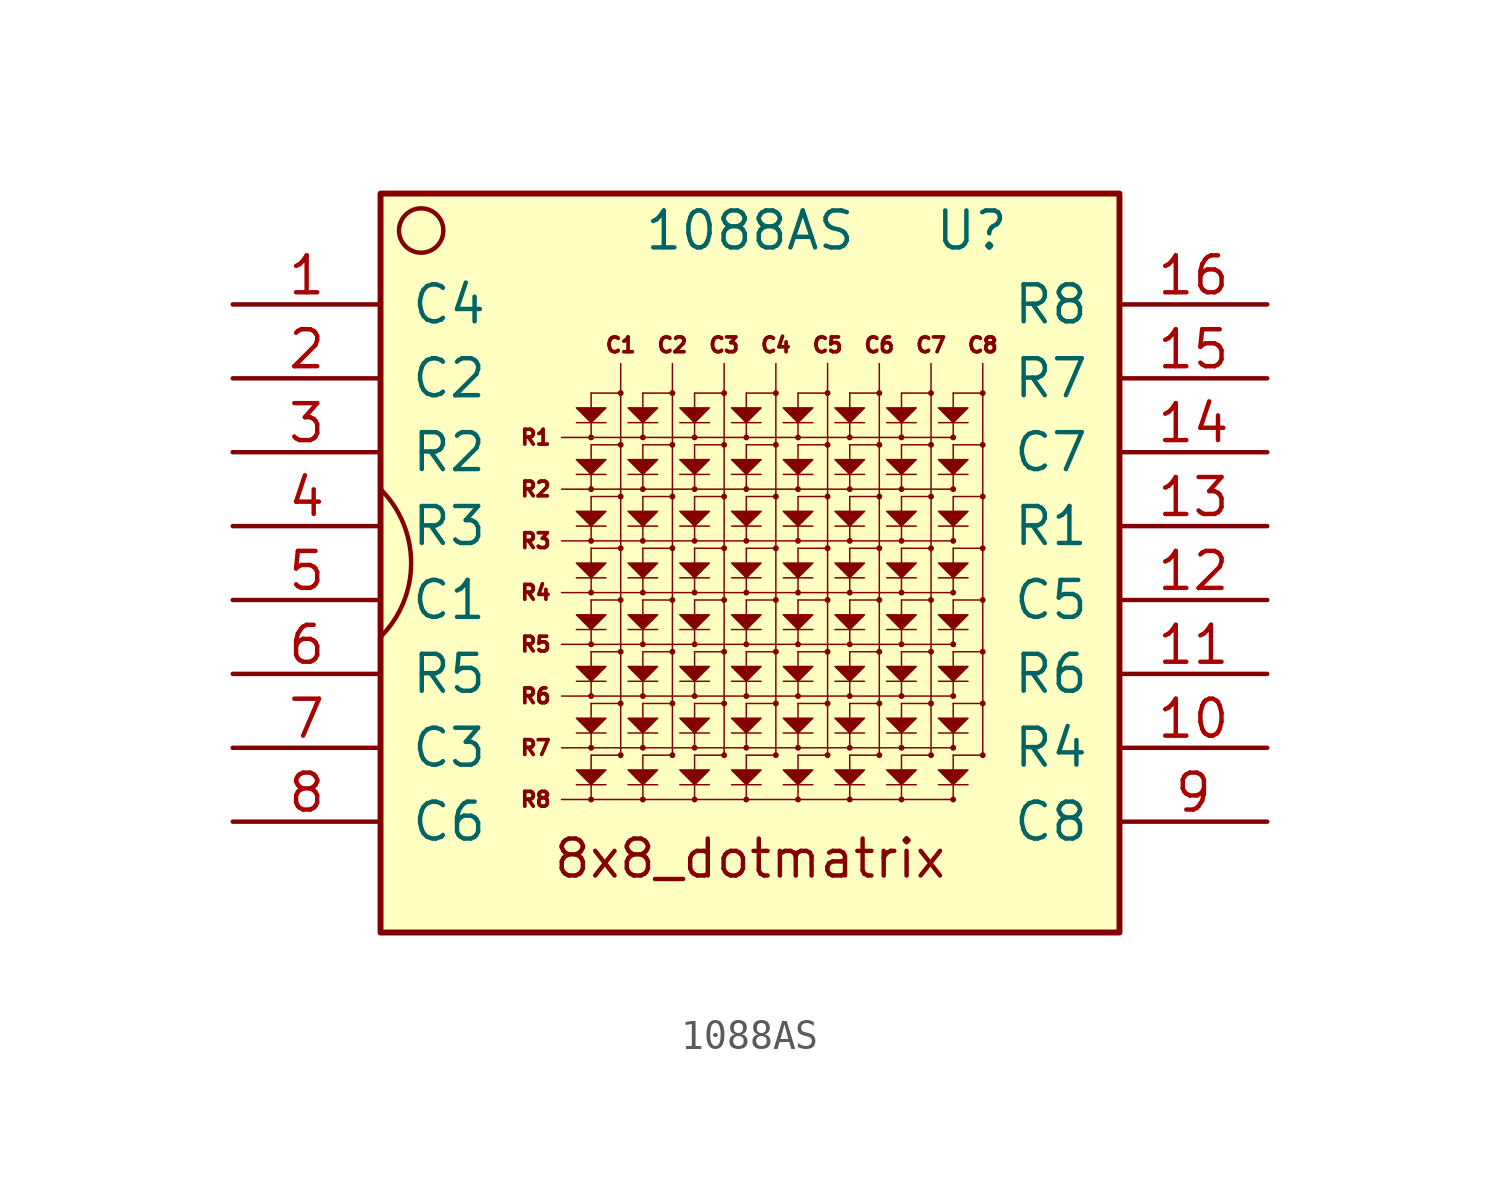
<source format=kicad_sym>
(kicad_symbol_lib
  (version 20220914)
  (generator kicad_symbol_editor)
  (symbol "1088AS"
    (pin_names
      (offset 1.016))
    (property "Reference" "U"
      (at 7.62 11.43 0)
      (effects (font (size 1.27 1.27))))
    (property "Value" "1088AS"
      (at 0 11.43 0)
      (effects (font (size 1.27 1.27))))
    (symbol "1088AS_0_0"
      (rectangle (start -12.7 12.7) (end 12.7 -12.7) (stroke (width 0.203) (type solid)) (fill (type background)))
      (text "8x8_dotmatrix" (at 0 -10.16 0) (effects (font (size 1.27 1.27)))))
    (symbol "1088AS_0_1"
      (arc (start -12.7 -2.54) (mid -11.6479 0) (end -12.7 2.54) (stroke (width 0) (type solid)) (fill (type none)))
      (circle (center -11.303 11.43) (radius 0.762) (stroke (width 0) (type solid)) (fill (type none))))
    (symbol "1088AS_1_1"
      (circle (center -5.461 -8.128) (radius 0.076) (stroke (width 0.051) (type solid)) (fill (type outline)))
      (circle (center -5.461 -6.35) (radius 0.076) (stroke (width 0.051) (type solid)) (fill (type outline)))
      (circle (center -5.461 -4.572) (radius 0.076) (stroke (width 0.051) (type solid)) (fill (type outline)))
      (circle (center -5.461 -2.794) (radius 0.076) (stroke (width 0.051) (type solid)) (fill (type outline)))
      (circle (center -5.461 -1.016) (radius 0.076) (stroke (width 0.051) (type solid)) (fill (type outline)))
      (circle (center -5.461 0.762) (radius 0.076) (stroke (width 0.051) (type solid)) (fill (type outline)))
      (circle (center -5.461 2.54) (radius 0.076) (stroke (width 0.051) (type solid)) (fill (type outline)))
      (circle (center -5.461 4.318) (radius 0.076) (stroke (width 0.051) (type solid)) (fill (type outline)))
      (circle (center -4.445 -6.604) (radius 0.076) (stroke (width 0.051) (type solid)) (fill (type outline)))
      (circle (center -4.445 -4.826) (radius 0.076) (stroke (width 0.051) (type solid)) (fill (type outline)))
      (circle (center -4.445 -3.048) (radius 0.076) (stroke (width 0.051) (type solid)) (fill (type outline)))
      (circle (center -4.445 -1.27) (radius 0.076) (stroke (width 0.051) (type solid)) (fill (type outline)))
      (circle (center -4.445 0.508) (radius 0.076) (stroke (width 0.051) (type solid)) (fill (type outline)))
      (circle (center -4.445 2.286) (radius 0.076) (stroke (width 0.051) (type solid)) (fill (type outline)))
      (circle (center -4.445 4.064) (radius 0.076) (stroke (width 0.051) (type solid)) (fill (type outline)))
      (circle (center -4.445 5.842) (radius 0.076) (stroke (width 0.051) (type solid)) (fill (type outline)))
      (circle (center -3.683 -8.128) (radius 0.076) (stroke (width 0.051) (type solid)) (fill (type outline)))
      (circle (center -3.683 -6.35) (radius 0.076) (stroke (width 0.051) (type solid)) (fill (type outline)))
      (circle (center -3.683 -4.572) (radius 0.076) (stroke (width 0.051) (type solid)) (fill (type outline)))
      (circle (center -3.683 -2.794) (radius 0.076) (stroke (width 0.051) (type solid)) (fill (type outline)))
      (circle (center -3.683 -1.016) (radius 0.076) (stroke (width 0.051) (type solid)) (fill (type outline)))
      (circle (center -3.683 0.762) (radius 0.076) (stroke (width 0.051) (type solid)) (fill (type outline)))
      (circle (center -3.683 2.54) (radius 0.076) (stroke (width 0.051) (type solid)) (fill (type outline)))
      (circle (center -3.683 4.318) (radius 0.076) (stroke (width 0.051) (type solid)) (fill (type outline)))
      (circle (center -2.667 -6.604) (radius 0.076) (stroke (width 0.051) (type solid)) (fill (type outline)))
      (circle (center -2.667 -4.826) (radius 0.076) (stroke (width 0.051) (type solid)) (fill (type outline)))
      (circle (center -2.667 -3.048) (radius 0.076) (stroke (width 0.051) (type solid)) (fill (type outline)))
      (circle (center -2.667 -1.27) (radius 0.076) (stroke (width 0.051) (type solid)) (fill (type outline)))
      (circle (center -2.667 0.508) (radius 0.076) (stroke (width 0.051) (type solid)) (fill (type outline)))
      (circle (center -2.667 2.286) (radius 0.076) (stroke (width 0.051) (type solid)) (fill (type outline)))
      (circle (center -2.667 4.064) (radius 0.076) (stroke (width 0.051) (type solid)) (fill (type outline)))
      (circle (center -2.667 5.842) (radius 0.076) (stroke (width 0.051) (type solid)) (fill (type outline)))
      (circle (center -1.905 -8.128) (radius 0.076) (stroke (width 0.051) (type solid)) (fill (type outline)))
      (circle (center -1.905 -6.35) (radius 0.076) (stroke (width 0.051) (type solid)) (fill (type outline)))
      (circle (center -1.905 -4.572) (radius 0.076) (stroke (width 0.051) (type solid)) (fill (type outline)))
      (circle (center -1.905 -2.794) (radius 0.076) (stroke (width 0.051) (type solid)) (fill (type outline)))
      (circle (center -1.905 -1.016) (radius 0.076) (stroke (width 0.051) (type solid)) (fill (type outline)))
      (circle (center -1.905 0.762) (radius 0.076) (stroke (width 0.051) (type solid)) (fill (type outline)))
      (circle (center -1.905 2.54) (radius 0.076) (stroke (width 0.051) (type solid)) (fill (type outline)))
      (circle (center -1.905 4.318) (radius 0.076) (stroke (width 0.051) (type solid)) (fill (type outline)))
      (circle (center -0.889 -6.604) (radius 0.076) (stroke (width 0.051) (type solid)) (fill (type outline)))
      (circle (center -0.889 -4.826) (radius 0.076) (stroke (width 0.051) (type solid)) (fill (type outline)))
      (circle (center -0.889 -3.048) (radius 0.076) (stroke (width 0.051) (type solid)) (fill (type outline)))
      (circle (center -0.889 -1.27) (radius 0.076) (stroke (width 0.051) (type solid)) (fill (type outline)))
      (circle (center -0.889 0.508) (radius 0.076) (stroke (width 0.051) (type solid)) (fill (type outline)))
      (circle (center -0.889 2.286) (radius 0.076) (stroke (width 0.051) (type solid)) (fill (type outline)))
      (circle (center -0.889 4.064) (radius 0.076) (stroke (width 0.051) (type solid)) (fill (type outline)))
      (circle (center -0.889 5.842) (radius 0.076) (stroke (width 0.051) (type solid)) (fill (type outline)))
      (circle (center -0.127 -8.128) (radius 0.076) (stroke (width 0.051) (type solid)) (fill (type outline)))
      (circle (center -0.127 -6.35) (radius 0.076) (stroke (width 0.051) (type solid)) (fill (type outline)))
      (circle (center -0.127 -4.572) (radius 0.076) (stroke (width 0.051) (type solid)) (fill (type outline)))
      (circle (center -0.127 -2.794) (radius 0.076) (stroke (width 0.051) (type solid)) (fill (type outline)))
      (circle (center -0.127 -1.016) (radius 0.076) (stroke (width 0.051) (type solid)) (fill (type outline)))
      (circle (center -0.127 0.762) (radius 0.076) (stroke (width 0.051) (type solid)) (fill (type outline)))
      (circle (center -0.127 2.54) (radius 0.076) (stroke (width 0.051) (type solid)) (fill (type outline)))
      (circle (center -0.127 4.318) (radius 0.076) (stroke (width 0.051) (type solid)) (fill (type outline)))
      (polyline (pts (xy -6.477 -4.572) (xy 6.985 -4.572)) (stroke (width 0.051) (type solid)) (fill (type none)))
      (polyline (pts (xy -5.461 -7.62) (xy -5.461 -8.128)) (stroke (width 0.051) (type solid)) (fill (type none)))
      (polyline (pts (xy -5.461 -7.112) (xy -5.461 -6.604)) (stroke (width 0.051) (type solid)) (fill (type none)))
      (polyline (pts (xy -5.461 -6.604) (xy -4.445 -6.604)) (stroke (width 0.051) (type solid)) (fill (type none)))
      (polyline (pts (xy -5.461 -5.842) (xy -5.461 -6.35)) (stroke (width 0.051) (type solid)) (fill (type none)))
      (polyline (pts (xy -5.461 -5.334) (xy -5.461 -4.826)) (stroke (width 0.051) (type solid)) (fill (type none)))
      (polyline (pts (xy -5.461 -4.826) (xy -4.445 -4.826)) (stroke (width 0.051) (type solid)) (fill (type none)))
      (polyline (pts (xy -5.461 -4.064) (xy -5.461 -4.572)) (stroke (width 0.051) (type solid)) (fill (type none)))
      (polyline (pts (xy -5.461 -3.556) (xy -5.461 -3.048)) (stroke (width 0.051) (type solid)) (fill (type none)))
      (polyline (pts (xy -5.461 -3.048) (xy -4.445 -3.048)) (stroke (width 0.051) (type solid)) (fill (type none)))
      (polyline (pts (xy -5.461 -2.286) (xy -5.461 -2.794)) (stroke (width 0.051) (type solid)) (fill (type none)))
      (polyline (pts (xy -5.461 -1.778) (xy -5.461 -1.27)) (stroke (width 0.051) (type solid)) (fill (type none)))
      (polyline (pts (xy -5.461 -1.27) (xy -4.445 -1.27)) (stroke (width 0.051) (type solid)) (fill (type none)))
      (polyline (pts (xy -5.461 -0.508) (xy -5.461 -1.016)) (stroke (width 0.051) (type solid)) (fill (type none)))
      (polyline (pts (xy -5.461 0) (xy -5.461 0.508)) (stroke (width 0.051) (type solid)) (fill (type none)))
      (polyline (pts (xy -5.461 0.508) (xy -4.445 0.508)) (stroke (width 0.051) (type solid)) (fill (type none)))
      (polyline (pts (xy -5.461 1.27) (xy -5.461 0.762)) (stroke (width 0.051) (type solid)) (fill (type none)))
      (polyline (pts (xy -5.461 1.778) (xy -5.461 2.286)) (stroke (width 0.051) (type solid)) (fill (type none)))
      (polyline (pts (xy -5.461 2.286) (xy -4.445 2.286)) (stroke (width 0.051) (type solid)) (fill (type none)))
      (polyline (pts (xy -5.461 3.048) (xy -5.461 2.54)) (stroke (width 0.051) (type solid)) (fill (type none)))
      (polyline (pts (xy -5.461 3.556) (xy -5.461 4.064)) (stroke (width 0.051) (type solid)) (fill (type none)))
      (polyline (pts (xy -5.461 4.064) (xy -4.445 4.064)) (stroke (width 0.051) (type solid)) (fill (type none)))
      (polyline (pts (xy -5.461 4.826) (xy -5.461 4.318)) (stroke (width 0.051) (type solid)) (fill (type none)))
      (polyline (pts (xy -5.461 5.334) (xy -5.461 5.842)) (stroke (width 0.051) (type solid)) (fill (type none)))
      (polyline (pts (xy -5.461 5.842) (xy -4.445 5.842)) (stroke (width 0.051) (type solid)) (fill (type none)))
      (polyline (pts (xy -4.953 -7.62) (xy -5.969 -7.62)) (stroke (width 0.051) (type solid)) (fill (type none)))
      (polyline (pts (xy -4.953 -5.842) (xy -5.969 -5.842)) (stroke (width 0.051) (type solid)) (fill (type none)))
      (polyline (pts (xy -4.953 -4.064) (xy -5.969 -4.064)) (stroke (width 0.051) (type solid)) (fill (type none)))
      (polyline (pts (xy -4.953 -2.286) (xy -5.969 -2.286)) (stroke (width 0.051) (type solid)) (fill (type none)))
      (polyline (pts (xy -4.953 -0.508) (xy -5.969 -0.508)) (stroke (width 0.051) (type solid)) (fill (type none)))
      (polyline (pts (xy -4.953 1.27) (xy -5.969 1.27)) (stroke (width 0.051) (type solid)) (fill (type none)))
      (polyline (pts (xy -4.953 3.048) (xy -5.969 3.048)) (stroke (width 0.051) (type solid)) (fill (type none)))
      (polyline (pts (xy -4.953 4.826) (xy -5.969 4.826)) (stroke (width 0.051) (type solid)) (fill (type none)))
      (polyline (pts (xy -4.445 6.858) (xy -4.445 -6.604)) (stroke (width 0.051) (type solid)) (fill (type none)))
      (polyline (pts (xy -3.683 -7.62) (xy -3.683 -8.128)) (stroke (width 0.051) (type solid)) (fill (type none)))
      (polyline (pts (xy -3.683 -7.112) (xy -3.683 -6.604)) (stroke (width 0.051) (type solid)) (fill (type none)))
      (polyline (pts (xy -3.683 -6.604) (xy -2.667 -6.604)) (stroke (width 0.051) (type solid)) (fill (type none)))
      (polyline (pts (xy -3.683 -5.842) (xy -3.683 -6.35)) (stroke (width 0.051) (type solid)) (fill (type none)))
      (polyline (pts (xy -3.683 -5.334) (xy -3.683 -4.826)) (stroke (width 0.051) (type solid)) (fill (type none)))
      (polyline (pts (xy -3.683 -4.826) (xy -2.667 -4.826)) (stroke (width 0.051) (type solid)) (fill (type none)))
      (polyline (pts (xy -3.683 -4.064) (xy -3.683 -4.572)) (stroke (width 0.051) (type solid)) (fill (type none)))
      (polyline (pts (xy -3.683 -3.556) (xy -3.683 -3.048)) (stroke (width 0.051) (type solid)) (fill (type none)))
      (polyline (pts (xy -3.683 -3.048) (xy -2.667 -3.048)) (stroke (width 0.051) (type solid)) (fill (type none)))
      (polyline (pts (xy -3.683 -2.286) (xy -3.683 -2.794)) (stroke (width 0.051) (type solid)) (fill (type none)))
      (polyline (pts (xy -3.683 -1.778) (xy -3.683 -1.27)) (stroke (width 0.051) (type solid)) (fill (type none)))
      (polyline (pts (xy -3.683 -1.27) (xy -2.667 -1.27)) (stroke (width 0.051) (type solid)) (fill (type none)))
      (polyline (pts (xy -3.683 -0.508) (xy -3.683 -1.016)) (stroke (width 0.051) (type solid)) (fill (type none)))
      (polyline (pts (xy -3.683 0) (xy -3.683 0.508)) (stroke (width 0.051) (type solid)) (fill (type none)))
      (polyline (pts (xy -3.683 0.508) (xy -2.667 0.508)) (stroke (width 0.051) (type solid)) (fill (type none)))
      (polyline (pts (xy -3.683 1.27) (xy -3.683 0.762)) (stroke (width 0.051) (type solid)) (fill (type none)))
      (polyline (pts (xy -3.683 1.778) (xy -3.683 2.286)) (stroke (width 0.051) (type solid)) (fill (type none)))
      (polyline (pts (xy -3.683 2.286) (xy -2.667 2.286)) (stroke (width 0.051) (type solid)) (fill (type none)))
      (polyline (pts (xy -3.683 3.048) (xy -3.683 2.54)) (stroke (width 0.051) (type solid)) (fill (type none)))
      (polyline (pts (xy -3.683 3.556) (xy -3.683 4.064)) (stroke (width 0.051) (type solid)) (fill (type none)))
      (polyline (pts (xy -3.683 4.064) (xy -2.667 4.064)) (stroke (width 0.051) (type solid)) (fill (type none)))
      (polyline (pts (xy -3.683 4.826) (xy -3.683 4.318)) (stroke (width 0.051) (type solid)) (fill (type none)))
      (polyline (pts (xy -3.683 5.334) (xy -3.683 5.842)) (stroke (width 0.051) (type solid)) (fill (type none)))
      (polyline (pts (xy -3.683 5.842) (xy -2.667 5.842)) (stroke (width 0.051) (type solid)) (fill (type none)))
      (polyline (pts (xy -3.175 -7.62) (xy -4.191 -7.62)) (stroke (width 0.051) (type solid)) (fill (type none)))
      (polyline (pts (xy -3.175 -5.842) (xy -4.191 -5.842)) (stroke (width 0.051) (type solid)) (fill (type none)))
      (polyline (pts (xy -3.175 -4.064) (xy -4.191 -4.064)) (stroke (width 0.051) (type solid)) (fill (type none)))
      (polyline (pts (xy -3.175 -2.286) (xy -4.191 -2.286)) (stroke (width 0.051) (type solid)) (fill (type none)))
      (polyline (pts (xy -3.175 -0.508) (xy -4.191 -0.508)) (stroke (width 0.051) (type solid)) (fill (type none)))
      (polyline (pts (xy -3.175 1.27) (xy -4.191 1.27)) (stroke (width 0.051) (type solid)) (fill (type none)))
      (polyline (pts (xy -3.175 3.048) (xy -4.191 3.048)) (stroke (width 0.051) (type solid)) (fill (type none)))
      (polyline (pts (xy -3.175 4.826) (xy -4.191 4.826)) (stroke (width 0.051) (type solid)) (fill (type none)))
      (polyline (pts (xy -2.667 6.858) (xy -2.667 -6.604)) (stroke (width 0.051) (type solid)) (fill (type none)))
      (polyline (pts (xy -1.905 -7.62) (xy -1.905 -8.128)) (stroke (width 0.051) (type solid)) (fill (type none)))
      (polyline (pts (xy -1.905 -7.112) (xy -1.905 -6.604)) (stroke (width 0.051) (type solid)) (fill (type none)))
      (polyline (pts (xy -1.905 -6.604) (xy -0.889 -6.604)) (stroke (width 0.051) (type solid)) (fill (type none)))
      (polyline (pts (xy -1.905 -5.842) (xy -1.905 -6.35)) (stroke (width 0.051) (type solid)) (fill (type none)))
      (polyline (pts (xy -1.905 -5.334) (xy -1.905 -4.826)) (stroke (width 0.051) (type solid)) (fill (type none)))
      (polyline (pts (xy -1.905 -4.826) (xy -0.889 -4.826)) (stroke (width 0.051) (type solid)) (fill (type none)))
      (polyline (pts (xy -1.905 -4.064) (xy -1.905 -4.572)) (stroke (width 0.051) (type solid)) (fill (type none)))
      (polyline (pts (xy -1.905 -3.556) (xy -1.905 -3.048)) (stroke (width 0.051) (type solid)) (fill (type none)))
      (polyline (pts (xy -1.905 -3.048) (xy -0.889 -3.048)) (stroke (width 0.051) (type solid)) (fill (type none)))
      (polyline (pts (xy -1.905 -2.286) (xy -1.905 -2.794)) (stroke (width 0.051) (type solid)) (fill (type none)))
      (polyline (pts (xy -1.905 -1.778) (xy -1.905 -1.27)) (stroke (width 0.051) (type solid)) (fill (type none)))
      (polyline (pts (xy -1.905 -1.27) (xy -0.889 -1.27)) (stroke (width 0.051) (type solid)) (fill (type none)))
      (polyline (pts (xy -1.905 -0.508) (xy -1.905 -1.016)) (stroke (width 0.051) (type solid)) (fill (type none)))
      (polyline (pts (xy -1.905 0) (xy -1.905 0.508)) (stroke (width 0.051) (type solid)) (fill (type none)))
      (polyline (pts (xy -1.905 0.508) (xy -0.889 0.508)) (stroke (width 0.051) (type solid)) (fill (type none)))
      (polyline (pts (xy -1.905 1.27) (xy -1.905 0.762)) (stroke (width 0.051) (type solid)) (fill (type none)))
      (polyline (pts (xy -1.905 1.778) (xy -1.905 2.286)) (stroke (width 0.051) (type solid)) (fill (type none)))
      (polyline (pts (xy -1.905 2.286) (xy -0.889 2.286)) (stroke (width 0.051) (type solid)) (fill (type none)))
      (polyline (pts (xy -1.905 3.048) (xy -1.905 2.54)) (stroke (width 0.051) (type solid)) (fill (type none)))
      (polyline (pts (xy -1.905 3.556) (xy -1.905 4.064)) (stroke (width 0.051) (type solid)) (fill (type none)))
      (polyline (pts (xy -1.905 4.064) (xy -0.889 4.064)) (stroke (width 0.051) (type solid)) (fill (type none)))
      (polyline (pts (xy -1.905 4.826) (xy -1.905 4.318)) (stroke (width 0.051) (type solid)) (fill (type none)))
      (polyline (pts (xy -1.905 5.334) (xy -1.905 5.842)) (stroke (width 0.051) (type solid)) (fill (type none)))
      (polyline (pts (xy -1.905 5.842) (xy -0.889 5.842)) (stroke (width 0.051) (type solid)) (fill (type none)))
      (polyline (pts (xy -1.397 -7.62) (xy -2.413 -7.62)) (stroke (width 0.051) (type solid)) (fill (type none)))
      (polyline (pts (xy -1.397 -5.842) (xy -2.413 -5.842)) (stroke (width 0.051) (type solid)) (fill (type none)))
      (polyline (pts (xy -1.397 -4.064) (xy -2.413 -4.064)) (stroke (width 0.051) (type solid)) (fill (type none)))
      (polyline (pts (xy -1.397 -2.286) (xy -2.413 -2.286)) (stroke (width 0.051) (type solid)) (fill (type none)))
      (polyline (pts (xy -1.397 -0.508) (xy -2.413 -0.508)) (stroke (width 0.051) (type solid)) (fill (type none)))
      (polyline (pts (xy -1.397 1.27) (xy -2.413 1.27)) (stroke (width 0.051) (type solid)) (fill (type none)))
      (polyline (pts (xy -1.397 3.048) (xy -2.413 3.048)) (stroke (width 0.051) (type solid)) (fill (type none)))
      (polyline (pts (xy -1.397 4.826) (xy -2.413 4.826)) (stroke (width 0.051) (type solid)) (fill (type none)))
      (polyline (pts (xy -0.889 6.858) (xy -0.889 -6.604)) (stroke (width 0.051) (type solid)) (fill (type none)))
      (polyline (pts (xy -0.127 -7.62) (xy -0.127 -8.128)) (stroke (width 0.051) (type solid)) (fill (type none)))
      (polyline (pts (xy -0.127 -7.112) (xy -0.127 -6.604)) (stroke (width 0.051) (type solid)) (fill (type none)))
      (polyline (pts (xy -0.127 -6.604) (xy 0.889 -6.604)) (stroke (width 0.051) (type solid)) (fill (type none)))
      (polyline (pts (xy -0.127 -5.842) (xy -0.127 -6.35)) (stroke (width 0.051) (type solid)) (fill (type none)))
      (polyline (pts (xy -0.127 -5.334) (xy -0.127 -4.826)) (stroke (width 0.051) (type solid)) (fill (type none)))
      (polyline (pts (xy -0.127 -4.826) (xy 0.889 -4.826)) (stroke (width 0.051) (type solid)) (fill (type none)))
      (polyline (pts (xy -0.127 -4.064) (xy -0.127 -4.572)) (stroke (width 0.051) (type solid)) (fill (type none)))
      (polyline (pts (xy -0.127 -3.556) (xy -0.127 -3.048)) (stroke (width 0.051) (type solid)) (fill (type none)))
      (polyline (pts (xy -0.127 -3.048) (xy 0.889 -3.048)) (stroke (width 0.051) (type solid)) (fill (type none)))
      (polyline (pts (xy -0.127 -2.286) (xy -0.127 -2.794)) (stroke (width 0.051) (type solid)) (fill (type none)))
      (polyline (pts (xy -0.127 -1.778) (xy -0.127 -1.27)) (stroke (width 0.051) (type solid)) (fill (type none)))
      (polyline (pts (xy -0.127 -1.27) (xy 0.889 -1.27)) (stroke (width 0.051) (type solid)) (fill (type none)))
      (polyline (pts (xy -0.127 -0.508) (xy -0.127 -1.016)) (stroke (width 0.051) (type solid)) (fill (type none)))
      (polyline (pts (xy -0.127 0) (xy -0.127 0.508)) (stroke (width 0.051) (type solid)) (fill (type none)))
      (polyline (pts (xy -0.127 0.508) (xy 0.889 0.508)) (stroke (width 0.051) (type solid)) (fill (type none)))
      (polyline (pts (xy -0.127 1.27) (xy -0.127 0.762)) (stroke (width 0.051) (type solid)) (fill (type none)))
      (polyline (pts (xy -0.127 1.778) (xy -0.127 2.286)) (stroke (width 0.051) (type solid)) (fill (type none)))
      (polyline (pts (xy -0.127 2.286) (xy 0.889 2.286)) (stroke (width 0.051) (type solid)) (fill (type none)))
      (polyline (pts (xy -0.127 3.048) (xy -0.127 2.54)) (stroke (width 0.051) (type solid)) (fill (type none)))
      (polyline (pts (xy -0.127 3.556) (xy -0.127 4.064)) (stroke (width 0.051) (type solid)) (fill (type none)))
      (polyline (pts (xy -0.127 4.064) (xy 0.889 4.064)) (stroke (width 0.051) (type solid)) (fill (type none)))
      (polyline (pts (xy -0.127 4.826) (xy -0.127 4.318)) (stroke (width 0.051) (type solid)) (fill (type none)))
      (polyline (pts (xy -0.127 5.334) (xy -0.127 5.842)) (stroke (width 0.051) (type solid)) (fill (type none)))
      (polyline (pts (xy -0.127 5.842) (xy 0.889 5.842)) (stroke (width 0.051) (type solid)) (fill (type none)))
      (polyline (pts (xy 0.381 -7.62) (xy -0.635 -7.62)) (stroke (width 0.051) (type solid)) (fill (type none)))
      (polyline (pts (xy 0.381 -5.842) (xy -0.635 -5.842)) (stroke (width 0.051) (type solid)) (fill (type none)))
      (polyline (pts (xy 0.381 -4.064) (xy -0.635 -4.064)) (stroke (width 0.051) (type solid)) (fill (type none)))
      (polyline (pts (xy 0.381 -2.286) (xy -0.635 -2.286)) (stroke (width 0.051) (type solid)) (fill (type none)))
      (polyline (pts (xy 0.381 -0.508) (xy -0.635 -0.508)) (stroke (width 0.051) (type solid)) (fill (type none)))
      (polyline (pts (xy 0.381 1.27) (xy -0.635 1.27)) (stroke (width 0.051) (type solid)) (fill (type none)))
      (polyline (pts (xy 0.381 3.048) (xy -0.635 3.048)) (stroke (width 0.051) (type solid)) (fill (type none)))
      (polyline (pts (xy 0.381 4.826) (xy -0.635 4.826)) (stroke (width 0.051) (type solid)) (fill (type none)))
      (polyline (pts (xy 0.889 6.858) (xy 0.889 -6.604)) (stroke (width 0.051) (type solid)) (fill (type none)))
      (polyline (pts (xy 1.651 -7.62) (xy 1.651 -8.128)) (stroke (width 0.051) (type solid)) (fill (type none)))
      (polyline (pts (xy 1.651 -7.112) (xy 1.651 -6.604)) (stroke (width 0.051) (type solid)) (fill (type none)))
      (polyline (pts (xy 1.651 -6.604) (xy 2.667 -6.604)) (stroke (width 0.051) (type solid)) (fill (type none)))
      (polyline (pts (xy 1.651 -5.842) (xy 1.651 -6.35)) (stroke (width 0.051) (type solid)) (fill (type none)))
      (polyline (pts (xy 1.651 -5.334) (xy 1.651 -4.826)) (stroke (width 0.051) (type solid)) (fill (type none)))
      (polyline (pts (xy 1.651 -4.826) (xy 2.667 -4.826)) (stroke (width 0.051) (type solid)) (fill (type none)))
      (polyline (pts (xy 1.651 -4.064) (xy 1.651 -4.572)) (stroke (width 0.051) (type solid)) (fill (type none)))
      (polyline (pts (xy 1.651 -3.556) (xy 1.651 -3.048)) (stroke (width 0.051) (type solid)) (fill (type none)))
      (polyline (pts (xy 1.651 -3.048) (xy 2.667 -3.048)) (stroke (width 0.051) (type solid)) (fill (type none)))
      (polyline (pts (xy 1.651 -2.286) (xy 1.651 -2.794)) (stroke (width 0.051) (type solid)) (fill (type none)))
      (polyline (pts (xy 1.651 -1.778) (xy 1.651 -1.27)) (stroke (width 0.051) (type solid)) (fill (type none)))
      (polyline (pts (xy 1.651 -1.27) (xy 2.667 -1.27)) (stroke (width 0.051) (type solid)) (fill (type none)))
      (polyline (pts (xy 1.651 -0.508) (xy 1.651 -1.016)) (stroke (width 0.051) (type solid)) (fill (type none)))
      (polyline (pts (xy 1.651 0) (xy 1.651 0.508)) (stroke (width 0.051) (type solid)) (fill (type none)))
      (polyline (pts (xy 1.651 0.508) (xy 2.667 0.508)) (stroke (width 0.051) (type solid)) (fill (type none)))
      (polyline (pts (xy 1.651 1.27) (xy 1.651 0.762)) (stroke (width 0.051) (type solid)) (fill (type none)))
      (polyline (pts (xy 1.651 1.778) (xy 1.651 2.286)) (stroke (width 0.051) (type solid)) (fill (type none)))
      (polyline (pts (xy 1.651 2.286) (xy 2.667 2.286)) (stroke (width 0.051) (type solid)) (fill (type none)))
      (polyline (pts (xy 1.651 3.048) (xy 1.651 2.54)) (stroke (width 0.051) (type solid)) (fill (type none)))
      (polyline (pts (xy 1.651 3.556) (xy 1.651 4.064)) (stroke (width 0.051) (type solid)) (fill (type none)))
      (polyline (pts (xy 1.651 4.064) (xy 2.667 4.064)) (stroke (width 0.051) (type solid)) (fill (type none)))
      (polyline (pts (xy 1.651 4.826) (xy 1.651 4.318)) (stroke (width 0.051) (type solid)) (fill (type none)))
      (polyline (pts (xy 1.651 5.334) (xy 1.651 5.842)) (stroke (width 0.051) (type solid)) (fill (type none)))
      (polyline (pts (xy 1.651 5.842) (xy 2.667 5.842)) (stroke (width 0.051) (type solid)) (fill (type none)))
      (polyline (pts (xy 2.159 -7.62) (xy 1.143 -7.62)) (stroke (width 0.051) (type solid)) (fill (type none)))
      (polyline (pts (xy 2.159 -5.842) (xy 1.143 -5.842)) (stroke (width 0.051) (type solid)) (fill (type none)))
      (polyline (pts (xy 2.159 -4.064) (xy 1.143 -4.064)) (stroke (width 0.051) (type solid)) (fill (type none)))
      (polyline (pts (xy 2.159 -2.286) (xy 1.143 -2.286)) (stroke (width 0.051) (type solid)) (fill (type none)))
      (polyline (pts (xy 2.159 -0.508) (xy 1.143 -0.508)) (stroke (width 0.051) (type solid)) (fill (type none)))
      (polyline (pts (xy 2.159 1.27) (xy 1.143 1.27)) (stroke (width 0.051) (type solid)) (fill (type none)))
      (polyline (pts (xy 2.159 3.048) (xy 1.143 3.048)) (stroke (width 0.051) (type solid)) (fill (type none)))
      (polyline (pts (xy 2.159 4.826) (xy 1.143 4.826)) (stroke (width 0.051) (type solid)) (fill (type none)))
      (polyline (pts (xy 2.667 6.858) (xy 2.667 -6.604)) (stroke (width 0.051) (type solid)) (fill (type none)))
      (polyline (pts (xy 3.429 -7.62) (xy 3.429 -8.128)) (stroke (width 0.051) (type solid)) (fill (type none)))
      (polyline (pts (xy 3.429 -7.112) (xy 3.429 -6.604)) (stroke (width 0.051) (type solid)) (fill (type none)))
      (polyline (pts (xy 3.429 -6.604) (xy 4.445 -6.604)) (stroke (width 0.051) (type solid)) (fill (type none)))
      (polyline (pts (xy 3.429 -5.842) (xy 3.429 -6.35)) (stroke (width 0.051) (type solid)) (fill (type none)))
      (polyline (pts (xy 3.429 -5.334) (xy 3.429 -4.826)) (stroke (width 0.051) (type solid)) (fill (type none)))
      (polyline (pts (xy 3.429 -4.826) (xy 4.445 -4.826)) (stroke (width 0.051) (type solid)) (fill (type none)))
      (polyline (pts (xy 3.429 -4.064) (xy 3.429 -4.572)) (stroke (width 0.051) (type solid)) (fill (type none)))
      (polyline (pts (xy 3.429 -3.556) (xy 3.429 -3.048)) (stroke (width 0.051) (type solid)) (fill (type none)))
      (polyline (pts (xy 3.429 -3.048) (xy 4.445 -3.048)) (stroke (width 0.051) (type solid)) (fill (type none)))
      (polyline (pts (xy 3.429 -2.286) (xy 3.429 -2.794)) (stroke (width 0.051) (type solid)) (fill (type none)))
      (polyline (pts (xy 3.429 -1.778) (xy 3.429 -1.27)) (stroke (width 0.051) (type solid)) (fill (type none)))
      (polyline (pts (xy 3.429 -1.27) (xy 4.445 -1.27)) (stroke (width 0.051) (type solid)) (fill (type none)))
      (polyline (pts (xy 3.429 -0.508) (xy 3.429 -1.016)) (stroke (width 0.051) (type solid)) (fill (type none)))
      (polyline (pts (xy 3.429 0) (xy 3.429 0.508)) (stroke (width 0.051) (type solid)) (fill (type none)))
      (polyline (pts (xy 3.429 0.508) (xy 4.445 0.508)) (stroke (width 0.051) (type solid)) (fill (type none)))
      (polyline (pts (xy 3.429 1.27) (xy 3.429 0.762)) (stroke (width 0.051) (type solid)) (fill (type none)))
      (polyline (pts (xy 3.429 1.778) (xy 3.429 2.286)) (stroke (width 0.051) (type solid)) (fill (type none)))
      (polyline (pts (xy 3.429 2.286) (xy 4.445 2.286)) (stroke (width 0.051) (type solid)) (fill (type none)))
      (polyline (pts (xy 3.429 3.048) (xy 3.429 2.54)) (stroke (width 0.051) (type solid)) (fill (type none)))
      (polyline (pts (xy 3.429 3.556) (xy 3.429 4.064)) (stroke (width 0.051) (type solid)) (fill (type none)))
      (polyline (pts (xy 3.429 4.064) (xy 4.445 4.064)) (stroke (width 0.051) (type solid)) (fill (type none)))
      (polyline (pts (xy 3.429 4.826) (xy 3.429 4.318)) (stroke (width 0.051) (type solid)) (fill (type none)))
      (polyline (pts (xy 3.429 5.334) (xy 3.429 5.842)) (stroke (width 0.051) (type solid)) (fill (type none)))
      (polyline (pts (xy 3.429 5.842) (xy 4.445 5.842)) (stroke (width 0.051) (type solid)) (fill (type none)))
      (polyline (pts (xy 3.937 -7.62) (xy 2.921 -7.62)) (stroke (width 0.051) (type solid)) (fill (type none)))
      (polyline (pts (xy 3.937 -5.842) (xy 2.921 -5.842)) (stroke (width 0.051) (type solid)) (fill (type none)))
      (polyline (pts (xy 3.937 -4.064) (xy 2.921 -4.064)) (stroke (width 0.051) (type solid)) (fill (type none)))
      (polyline (pts (xy 3.937 -2.286) (xy 2.921 -2.286)) (stroke (width 0.051) (type solid)) (fill (type none)))
      (polyline (pts (xy 3.937 -0.508) (xy 2.921 -0.508)) (stroke (width 0.051) (type solid)) (fill (type none)))
      (polyline (pts (xy 3.937 1.27) (xy 2.921 1.27)) (stroke (width 0.051) (type solid)) (fill (type none)))
      (polyline (pts (xy 3.937 3.048) (xy 2.921 3.048)) (stroke (width 0.051) (type solid)) (fill (type none)))
      (polyline (pts (xy 3.937 4.826) (xy 2.921 4.826)) (stroke (width 0.051) (type solid)) (fill (type none)))
      (polyline (pts (xy 4.445 6.858) (xy 4.445 -6.604)) (stroke (width 0.051) (type solid)) (fill (type none)))
      (polyline (pts (xy 5.207 -7.62) (xy 5.207 -8.128)) (stroke (width 0.051) (type solid)) (fill (type none)))
      (polyline (pts (xy 5.207 -7.112) (xy 5.207 -6.604)) (stroke (width 0.051) (type solid)) (fill (type none)))
      (polyline (pts (xy 5.207 -6.604) (xy 6.223 -6.604)) (stroke (width 0.051) (type solid)) (fill (type none)))
      (polyline (pts (xy 5.207 -5.842) (xy 5.207 -6.35)) (stroke (width 0.051) (type solid)) (fill (type none)))
      (polyline (pts (xy 5.207 -5.334) (xy 5.207 -4.826)) (stroke (width 0.051) (type solid)) (fill (type none)))
      (polyline (pts (xy 5.207 -4.826) (xy 6.223 -4.826)) (stroke (width 0.051) (type solid)) (fill (type none)))
      (polyline (pts (xy 5.207 -4.064) (xy 5.207 -4.572)) (stroke (width 0.051) (type solid)) (fill (type none)))
      (polyline (pts (xy 5.207 -3.556) (xy 5.207 -3.048)) (stroke (width 0.051) (type solid)) (fill (type none)))
      (polyline (pts (xy 5.207 -3.048) (xy 6.223 -3.048)) (stroke (width 0.051) (type solid)) (fill (type none)))
      (polyline (pts (xy 5.207 -2.286) (xy 5.207 -2.794)) (stroke (width 0.051) (type solid)) (fill (type none)))
      (polyline (pts (xy 5.207 -1.778) (xy 5.207 -1.27)) (stroke (width 0.051) (type solid)) (fill (type none)))
      (polyline (pts (xy 5.207 -1.27) (xy 6.223 -1.27)) (stroke (width 0.051) (type solid)) (fill (type none)))
      (polyline (pts (xy 5.207 -0.508) (xy 5.207 -1.016)) (stroke (width 0.051) (type solid)) (fill (type none)))
      (polyline (pts (xy 5.207 0) (xy 5.207 0.508)) (stroke (width 0.051) (type solid)) (fill (type none)))
      (polyline (pts (xy 5.207 0.508) (xy 6.223 0.508)) (stroke (width 0.051) (type solid)) (fill (type none)))
      (polyline (pts (xy 5.207 1.27) (xy 5.207 0.762)) (stroke (width 0.051) (type solid)) (fill (type none)))
      (polyline (pts (xy 5.207 1.778) (xy 5.207 2.286)) (stroke (width 0.051) (type solid)) (fill (type none)))
      (polyline (pts (xy 5.207 2.286) (xy 6.223 2.286)) (stroke (width 0.051) (type solid)) (fill (type none)))
      (polyline (pts (xy 5.207 3.048) (xy 5.207 2.54)) (stroke (width 0.051) (type solid)) (fill (type none)))
      (polyline (pts (xy 5.207 3.556) (xy 5.207 4.064)) (stroke (width 0.051) (type solid)) (fill (type none)))
      (polyline (pts (xy 5.207 4.064) (xy 6.223 4.064)) (stroke (width 0.051) (type solid)) (fill (type none)))
      (polyline (pts (xy 5.207 4.826) (xy 5.207 4.318)) (stroke (width 0.051) (type solid)) (fill (type none)))
      (polyline (pts (xy 5.207 5.334) (xy 5.207 5.842)) (stroke (width 0.051) (type solid)) (fill (type none)))
      (polyline (pts (xy 5.207 5.842) (xy 6.223 5.842)) (stroke (width 0.051) (type solid)) (fill (type none)))
      (polyline (pts (xy 5.715 -7.62) (xy 4.699 -7.62)) (stroke (width 0.051) (type solid)) (fill (type none)))
      (polyline (pts (xy 5.715 -5.842) (xy 4.699 -5.842)) (stroke (width 0.051) (type solid)) (fill (type none)))
      (polyline (pts (xy 5.715 -4.064) (xy 4.699 -4.064)) (stroke (width 0.051) (type solid)) (fill (type none)))
      (polyline (pts (xy 5.715 -2.286) (xy 4.699 -2.286)) (stroke (width 0.051) (type solid)) (fill (type none)))
      (polyline (pts (xy 5.715 -0.508) (xy 4.699 -0.508)) (stroke (width 0.051) (type solid)) (fill (type none)))
      (polyline (pts (xy 5.715 1.27) (xy 4.699 1.27)) (stroke (width 0.051) (type solid)) (fill (type none)))
      (polyline (pts (xy 5.715 3.048) (xy 4.699 3.048)) (stroke (width 0.051) (type solid)) (fill (type none)))
      (polyline (pts (xy 5.715 4.826) (xy 4.699 4.826)) (stroke (width 0.051) (type solid)) (fill (type none)))
      (polyline (pts (xy 6.223 6.858) (xy 6.223 -6.604)) (stroke (width 0.051) (type solid)) (fill (type none)))
      (polyline (pts (xy 6.731 -8.128) (xy -6.477 -8.128)) (stroke (width 0.051) (type solid)) (fill (type none)))
      (polyline (pts (xy 6.985 -8.128) (xy 6.731 -8.128)) (stroke (width 0.051) (type solid)) (fill (type none)))
      (polyline (pts (xy 6.985 -7.62) (xy 6.985 -8.128)) (stroke (width 0.051) (type solid)) (fill (type none)))
      (polyline (pts (xy 6.985 -7.112) (xy 6.985 -6.604)) (stroke (width 0.051) (type solid)) (fill (type none)))
      (polyline (pts (xy 6.985 -6.604) (xy 8.001 -6.604)) (stroke (width 0.051) (type solid)) (fill (type none)))
      (polyline (pts (xy 6.985 -6.35) (xy -6.477 -6.35)) (stroke (width 0.051) (type solid)) (fill (type none)))
      (polyline (pts (xy 6.985 -5.842) (xy 6.985 -6.35)) (stroke (width 0.051) (type solid)) (fill (type none)))
      (polyline (pts (xy 6.985 -5.334) (xy 6.985 -4.826)) (stroke (width 0.051) (type solid)) (fill (type none)))
      (polyline (pts (xy 6.985 -4.826) (xy 8.001 -4.826)) (stroke (width 0.051) (type solid)) (fill (type none)))
      (polyline (pts (xy 6.985 -4.064) (xy 6.985 -4.572)) (stroke (width 0.051) (type solid)) (fill (type none)))
      (polyline (pts (xy 6.985 -3.556) (xy 6.985 -3.048)) (stroke (width 0.051) (type solid)) (fill (type none)))
      (polyline (pts (xy 6.985 -3.048) (xy 8.001 -3.048)) (stroke (width 0.051) (type solid)) (fill (type none)))
      (polyline (pts (xy 6.985 -2.794) (xy -6.477 -2.794)) (stroke (width 0.051) (type solid)) (fill (type none)))
      (polyline (pts (xy 6.985 -2.286) (xy 6.985 -2.794)) (stroke (width 0.051) (type solid)) (fill (type none)))
      (polyline (pts (xy 6.985 -1.778) (xy 6.985 -1.27)) (stroke (width 0.051) (type solid)) (fill (type none)))
      (polyline (pts (xy 6.985 -1.27) (xy 8.001 -1.27)) (stroke (width 0.051) (type solid)) (fill (type none)))
      (polyline (pts (xy 6.985 -1.016) (xy -6.477 -1.016)) (stroke (width 0.051) (type solid)) (fill (type none)))
      (polyline (pts (xy 6.985 -0.508) (xy 6.985 -1.016)) (stroke (width 0.051) (type solid)) (fill (type none)))
      (polyline (pts (xy 6.985 0) (xy 6.985 0.508)) (stroke (width 0.051) (type solid)) (fill (type none)))
      (polyline (pts (xy 6.985 0.508) (xy 8.001 0.508)) (stroke (width 0.051) (type solid)) (fill (type none)))
      (polyline (pts (xy 6.985 0.762) (xy -6.477 0.762)) (stroke (width 0.051) (type solid)) (fill (type none)))
      (polyline (pts (xy 6.985 1.27) (xy 6.985 0.762)) (stroke (width 0.051) (type solid)) (fill (type none)))
      (polyline (pts (xy 6.985 1.778) (xy 6.985 2.286)) (stroke (width 0.051) (type solid)) (fill (type none)))
      (polyline (pts (xy 6.985 2.286) (xy 8.001 2.286)) (stroke (width 0.051) (type solid)) (fill (type none)))
      (polyline (pts (xy 6.985 2.54) (xy -6.477 2.54)) (stroke (width 0.051) (type solid)) (fill (type none)))
      (polyline (pts (xy 6.985 3.048) (xy 6.985 2.54)) (stroke (width 0.051) (type solid)) (fill (type none)))
      (polyline (pts (xy 6.985 3.556) (xy 6.985 4.064)) (stroke (width 0.051) (type solid)) (fill (type none)))
      (polyline (pts (xy 6.985 4.064) (xy 8.001 4.064)) (stroke (width 0.051) (type solid)) (fill (type none)))
      (polyline (pts (xy 6.985 4.318) (xy -6.477 4.318)) (stroke (width 0.051) (type solid)) (fill (type none)))
      (polyline (pts (xy 6.985 4.826) (xy 6.985 4.318)) (stroke (width 0.051) (type solid)) (fill (type none)))
      (polyline (pts (xy 6.985 5.334) (xy 6.985 5.842)) (stroke (width 0.051) (type solid)) (fill (type none)))
      (polyline (pts (xy 6.985 5.842) (xy 8.001 5.842)) (stroke (width 0.051) (type solid)) (fill (type none)))
      (polyline (pts (xy 7.493 -7.62) (xy 6.477 -7.62)) (stroke (width 0.051) (type solid)) (fill (type none)))
      (polyline (pts (xy 7.493 -5.842) (xy 6.477 -5.842)) (stroke (width 0.051) (type solid)) (fill (type none)))
      (polyline (pts (xy 7.493 -4.064) (xy 6.477 -4.064)) (stroke (width 0.051) (type solid)) (fill (type none)))
      (polyline (pts (xy 7.493 -2.286) (xy 6.477 -2.286)) (stroke (width 0.051) (type solid)) (fill (type none)))
      (polyline (pts (xy 7.493 -0.508) (xy 6.477 -0.508)) (stroke (width 0.051) (type solid)) (fill (type none)))
      (polyline (pts (xy 7.493 1.27) (xy 6.477 1.27)) (stroke (width 0.051) (type solid)) (fill (type none)))
      (polyline (pts (xy 7.493 3.048) (xy 6.477 3.048)) (stroke (width 0.051) (type solid)) (fill (type none)))
      (polyline (pts (xy 7.493 4.826) (xy 6.477 4.826)) (stroke (width 0.051) (type solid)) (fill (type none)))
      (polyline (pts (xy 8.001 6.858) (xy 8.001 -6.604)) (stroke (width 0.051) (type solid)) (fill (type none)))
      (polyline (pts (xy -4.953 -7.112) (xy -5.461 -7.62) (xy -5.969 -7.112) (xy -4.953 -7.112)) (stroke (width 0.051) (type solid)) (fill (type outline)))
      (polyline (pts (xy -4.953 -5.334) (xy -5.461 -5.842) (xy -5.969 -5.334) (xy -4.953 -5.334)) (stroke (width 0.051) (type solid)) (fill (type outline)))
      (polyline (pts (xy -4.953 -3.556) (xy -5.461 -4.064) (xy -5.969 -3.556) (xy -4.953 -3.556)) (stroke (width 0.051) (type solid)) (fill (type outline)))
      (polyline (pts (xy -4.953 -1.778) (xy -5.461 -2.286) (xy -5.969 -1.778) (xy -4.953 -1.778)) (stroke (width 0.051) (type solid)) (fill (type outline)))
      (polyline (pts (xy -4.953 0) (xy -5.461 -0.508) (xy -5.969 0) (xy -4.953 0)) (stroke (width 0.051) (type solid)) (fill (type outline)))
      (polyline (pts (xy -4.953 1.778) (xy -5.461 1.27) (xy -5.969 1.778) (xy -4.953 1.778)) (stroke (width 0.051) (type solid)) (fill (type outline)))
      (polyline (pts (xy -4.953 3.556) (xy -5.461 3.048) (xy -5.969 3.556) (xy -4.953 3.556)) (stroke (width 0.051) (type solid)) (fill (type outline)))
      (polyline (pts (xy -4.953 5.334) (xy -5.461 4.826) (xy -5.969 5.334) (xy -4.953 5.334)) (stroke (width 0.051) (type solid)) (fill (type outline)))
      (polyline (pts (xy -3.175 -7.112) (xy -3.683 -7.62) (xy -4.191 -7.112) (xy -3.175 -7.112)) (stroke (width 0.051) (type solid)) (fill (type outline)))
      (polyline (pts (xy -3.175 -5.334) (xy -3.683 -5.842) (xy -4.191 -5.334) (xy -3.175 -5.334)) (stroke (width 0.051) (type solid)) (fill (type outline)))
      (polyline (pts (xy -3.175 -3.556) (xy -3.683 -4.064) (xy -4.191 -3.556) (xy -3.175 -3.556)) (stroke (width 0.051) (type solid)) (fill (type outline)))
      (polyline (pts (xy -3.175 -1.778) (xy -3.683 -2.286) (xy -4.191 -1.778) (xy -3.175 -1.778)) (stroke (width 0.051) (type solid)) (fill (type outline)))
      (polyline (pts (xy -3.175 0) (xy -3.683 -0.508) (xy -4.191 0) (xy -3.175 0)) (stroke (width 0.051) (type solid)) (fill (type outline)))
      (polyline (pts (xy -3.175 1.778) (xy -3.683 1.27) (xy -4.191 1.778) (xy -3.175 1.778)) (stroke (width 0.051) (type solid)) (fill (type outline)))
      (polyline (pts (xy -3.175 3.556) (xy -3.683 3.048) (xy -4.191 3.556) (xy -3.175 3.556)) (stroke (width 0.051) (type solid)) (fill (type outline)))
      (polyline (pts (xy -3.175 5.334) (xy -3.683 4.826) (xy -4.191 5.334) (xy -3.175 5.334)) (stroke (width 0.051) (type solid)) (fill (type outline)))
      (polyline (pts (xy -1.397 -7.112) (xy -1.905 -7.62) (xy -2.413 -7.112) (xy -1.397 -7.112)) (stroke (width 0.051) (type solid)) (fill (type outline)))
      (polyline (pts (xy -1.397 -5.334) (xy -1.905 -5.842) (xy -2.413 -5.334) (xy -1.397 -5.334)) (stroke (width 0.051) (type solid)) (fill (type outline)))
      (polyline (pts (xy -1.397 -3.556) (xy -1.905 -4.064) (xy -2.413 -3.556) (xy -1.397 -3.556)) (stroke (width 0.051) (type solid)) (fill (type outline)))
      (polyline (pts (xy -1.397 -1.778) (xy -1.905 -2.286) (xy -2.413 -1.778) (xy -1.397 -1.778)) (stroke (width 0.051) (type solid)) (fill (type outline)))
      (polyline (pts (xy -1.397 0) (xy -1.905 -0.508) (xy -2.413 0) (xy -1.397 0)) (stroke (width 0.051) (type solid)) (fill (type outline)))
      (polyline (pts (xy -1.397 1.778) (xy -1.905 1.27) (xy -2.413 1.778) (xy -1.397 1.778)) (stroke (width 0.051) (type solid)) (fill (type outline)))
      (polyline (pts (xy -1.397 3.556) (xy -1.905 3.048) (xy -2.413 3.556) (xy -1.397 3.556)) (stroke (width 0.051) (type solid)) (fill (type outline)))
      (polyline (pts (xy -1.397 5.334) (xy -1.905 4.826) (xy -2.413 5.334) (xy -1.397 5.334)) (stroke (width 0.051) (type solid)) (fill (type outline)))
      (polyline (pts (xy 0.381 -7.112) (xy -0.127 -7.62) (xy -0.635 -7.112) (xy 0.381 -7.112)) (stroke (width 0.051) (type solid)) (fill (type outline)))
      (polyline (pts (xy 0.381 -5.334) (xy -0.127 -5.842) (xy -0.635 -5.334) (xy 0.381 -5.334)) (stroke (width 0.051) (type solid)) (fill (type outline)))
      (polyline (pts (xy 0.381 -3.556) (xy -0.127 -4.064) (xy -0.635 -3.556) (xy 0.381 -3.556)) (stroke (width 0.051) (type solid)) (fill (type outline)))
      (polyline (pts (xy 0.381 -1.778) (xy -0.127 -2.286) (xy -0.635 -1.778) (xy 0.381 -1.778)) (stroke (width 0.051) (type solid)) (fill (type outline)))
      (polyline (pts (xy 0.381 0) (xy -0.127 -0.508) (xy -0.635 0) (xy 0.381 0)) (stroke (width 0.051) (type solid)) (fill (type outline)))
      (polyline (pts (xy 0.381 1.778) (xy -0.127 1.27) (xy -0.635 1.778) (xy 0.381 1.778)) (stroke (width 0.051) (type solid)) (fill (type outline)))
      (polyline (pts (xy 0.381 3.556) (xy -0.127 3.048) (xy -0.635 3.556) (xy 0.381 3.556)) (stroke (width 0.051) (type solid)) (fill (type outline)))
      (polyline (pts (xy 0.381 5.334) (xy -0.127 4.826) (xy -0.635 5.334) (xy 0.381 5.334)) (stroke (width 0.051) (type solid)) (fill (type outline)))
      (polyline (pts (xy 2.159 -7.112) (xy 1.651 -7.62) (xy 1.143 -7.112) (xy 2.159 -7.112)) (stroke (width 0.051) (type solid)) (fill (type outline)))
      (polyline (pts (xy 2.159 -5.334) (xy 1.651 -5.842) (xy 1.143 -5.334) (xy 2.159 -5.334)) (stroke (width 0.051) (type solid)) (fill (type outline)))
      (polyline (pts (xy 2.159 -3.556) (xy 1.651 -4.064) (xy 1.143 -3.556) (xy 2.159 -3.556)) (stroke (width 0.051) (type solid)) (fill (type outline)))
      (polyline (pts (xy 2.159 -1.778) (xy 1.651 -2.286) (xy 1.143 -1.778) (xy 2.159 -1.778)) (stroke (width 0.051) (type solid)) (fill (type outline)))
      (polyline (pts (xy 2.159 0) (xy 1.651 -0.508) (xy 1.143 0) (xy 2.159 0)) (stroke (width 0.051) (type solid)) (fill (type outline)))
      (polyline (pts (xy 2.159 1.778) (xy 1.651 1.27) (xy 1.143 1.778) (xy 2.159 1.778)) (stroke (width 0.051) (type solid)) (fill (type outline)))
      (polyline (pts (xy 2.159 3.556) (xy 1.651 3.048) (xy 1.143 3.556) (xy 2.159 3.556)) (stroke (width 0.051) (type solid)) (fill (type outline)))
      (polyline (pts (xy 2.159 5.334) (xy 1.651 4.826) (xy 1.143 5.334) (xy 2.159 5.334)) (stroke (width 0.051) (type solid)) (fill (type outline)))
      (polyline (pts (xy 3.937 -7.112) (xy 3.429 -7.62) (xy 2.921 -7.112) (xy 3.937 -7.112)) (stroke (width 0.051) (type solid)) (fill (type outline)))
      (polyline (pts (xy 3.937 -5.334) (xy 3.429 -5.842) (xy 2.921 -5.334) (xy 3.937 -5.334)) (stroke (width 0.051) (type solid)) (fill (type outline)))
      (polyline (pts (xy 3.937 -3.556) (xy 3.429 -4.064) (xy 2.921 -3.556) (xy 3.937 -3.556)) (stroke (width 0.051) (type solid)) (fill (type outline)))
      (polyline (pts (xy 3.937 -1.778) (xy 3.429 -2.286) (xy 2.921 -1.778) (xy 3.937 -1.778)) (stroke (width 0.051) (type solid)) (fill (type outline)))
      (polyline (pts (xy 3.937 0) (xy 3.429 -0.508) (xy 2.921 0) (xy 3.937 0)) (stroke (width 0.051) (type solid)) (fill (type outline)))
      (polyline (pts (xy 3.937 1.778) (xy 3.429 1.27) (xy 2.921 1.778) (xy 3.937 1.778)) (stroke (width 0.051) (type solid)) (fill (type outline)))
      (polyline (pts (xy 3.937 3.556) (xy 3.429 3.048) (xy 2.921 3.556) (xy 3.937 3.556)) (stroke (width 0.051) (type solid)) (fill (type outline)))
      (polyline (pts (xy 3.937 5.334) (xy 3.429 4.826) (xy 2.921 5.334) (xy 3.937 5.334)) (stroke (width 0.051) (type solid)) (fill (type outline)))
      (polyline (pts (xy 5.715 -7.112) (xy 5.207 -7.62) (xy 4.699 -7.112) (xy 5.715 -7.112)) (stroke (width 0.051) (type solid)) (fill (type outline)))
      (polyline (pts (xy 5.715 -5.334) (xy 5.207 -5.842) (xy 4.699 -5.334) (xy 5.715 -5.334)) (stroke (width 0.051) (type solid)) (fill (type outline)))
      (polyline (pts (xy 5.715 -3.556) (xy 5.207 -4.064) (xy 4.699 -3.556) (xy 5.715 -3.556)) (stroke (width 0.051) (type solid)) (fill (type outline)))
      (polyline (pts (xy 5.715 -1.778) (xy 5.207 -2.286) (xy 4.699 -1.778) (xy 5.715 -1.778)) (stroke (width 0.051) (type solid)) (fill (type outline)))
      (polyline (pts (xy 5.715 0) (xy 5.207 -0.508) (xy 4.699 0) (xy 5.715 0)) (stroke (width 0.051) (type solid)) (fill (type outline)))
      (polyline (pts (xy 5.715 1.778) (xy 5.207 1.27) (xy 4.699 1.778) (xy 5.715 1.778)) (stroke (width 0.051) (type solid)) (fill (type outline)))
      (polyline (pts (xy 5.715 3.556) (xy 5.207 3.048) (xy 4.699 3.556) (xy 5.715 3.556)) (stroke (width 0.051) (type solid)) (fill (type outline)))
      (polyline (pts (xy 5.715 5.334) (xy 5.207 4.826) (xy 4.699 5.334) (xy 5.715 5.334)) (stroke (width 0.051) (type solid)) (fill (type outline)))
      (polyline (pts (xy 7.493 -7.112) (xy 6.985 -7.62) (xy 6.477 -7.112) (xy 7.493 -7.112)) (stroke (width 0.051) (type solid)) (fill (type outline)))
      (polyline (pts (xy 7.493 -5.334) (xy 6.985 -5.842) (xy 6.477 -5.334) (xy 7.493 -5.334)) (stroke (width 0.051) (type solid)) (fill (type outline)))
      (polyline (pts (xy 7.493 -3.556) (xy 6.985 -4.064) (xy 6.477 -3.556) (xy 7.493 -3.556)) (stroke (width 0.051) (type solid)) (fill (type outline)))
      (polyline (pts (xy 7.493 -1.778) (xy 6.985 -2.286) (xy 6.477 -1.778) (xy 7.493 -1.778)) (stroke (width 0.051) (type solid)) (fill (type outline)))
      (polyline (pts (xy 7.493 0) (xy 6.985 -0.508) (xy 6.477 0) (xy 7.493 0)) (stroke (width 0.051) (type solid)) (fill (type outline)))
      (polyline (pts (xy 7.493 1.778) (xy 6.985 1.27) (xy 6.477 1.778) (xy 7.493 1.778)) (stroke (width 0.051) (type solid)) (fill (type outline)))
      (polyline (pts (xy 7.493 3.556) (xy 6.985 3.048) (xy 6.477 3.556) (xy 7.493 3.556)) (stroke (width 0.051) (type solid)) (fill (type outline)))
      (polyline (pts (xy 7.493 5.334) (xy 6.985 4.826) (xy 6.477 5.334) (xy 7.493 5.334)) (stroke (width 0.051) (type solid)) (fill (type outline)))
      (circle (center 0.889 -6.604) (radius 0.076) (stroke (width 0.051) (type solid)) (fill (type outline)))
      (circle (center 0.889 -4.826) (radius 0.076) (stroke (width 0.051) (type solid)) (fill (type outline)))
      (circle (center 0.889 -3.048) (radius 0.076) (stroke (width 0.051) (type solid)) (fill (type outline)))
      (circle (center 0.889 -1.27) (radius 0.076) (stroke (width 0.051) (type solid)) (fill (type outline)))
      (circle (center 0.889 0.508) (radius 0.076) (stroke (width 0.051) (type solid)) (fill (type outline)))
      (circle (center 0.889 2.286) (radius 0.076) (stroke (width 0.051) (type solid)) (fill (type outline)))
      (circle (center 0.889 4.064) (radius 0.076) (stroke (width 0.051) (type solid)) (fill (type outline)))
      (circle (center 0.889 5.842) (radius 0.076) (stroke (width 0.051) (type solid)) (fill (type outline)))
      (circle (center 1.651 -8.128) (radius 0.076) (stroke (width 0.051) (type solid)) (fill (type outline)))
      (circle (center 1.651 -6.35) (radius 0.076) (stroke (width 0.051) (type solid)) (fill (type outline)))
      (circle (center 1.651 -4.572) (radius 0.076) (stroke (width 0.051) (type solid)) (fill (type outline)))
      (circle (center 1.651 -2.794) (radius 0.076) (stroke (width 0.051) (type solid)) (fill (type outline)))
      (circle (center 1.651 -1.016) (radius 0.076) (stroke (width 0.051) (type solid)) (fill (type outline)))
      (circle (center 1.651 0.762) (radius 0.076) (stroke (width 0.051) (type solid)) (fill (type outline)))
      (circle (center 1.651 2.54) (radius 0.076) (stroke (width 0.051) (type solid)) (fill (type outline)))
      (circle (center 1.651 4.318) (radius 0.076) (stroke (width 0.051) (type solid)) (fill (type outline)))
      (circle (center 2.667 -6.604) (radius 0.076) (stroke (width 0.051) (type solid)) (fill (type outline)))
      (circle (center 2.667 -4.826) (radius 0.076) (stroke (width 0.051) (type solid)) (fill (type outline)))
      (circle (center 2.667 -3.048) (radius 0.076) (stroke (width 0.051) (type solid)) (fill (type outline)))
      (circle (center 2.667 -1.27) (radius 0.076) (stroke (width 0.051) (type solid)) (fill (type outline)))
      (circle (center 2.667 0.508) (radius 0.076) (stroke (width 0.051) (type solid)) (fill (type outline)))
      (circle (center 2.667 2.286) (radius 0.076) (stroke (width 0.051) (type solid)) (fill (type outline)))
      (circle (center 2.667 4.064) (radius 0.076) (stroke (width 0.051) (type solid)) (fill (type outline)))
      (circle (center 2.667 5.842) (radius 0.076) (stroke (width 0.051) (type solid)) (fill (type outline)))
      (circle (center 3.429 -8.128) (radius 0.076) (stroke (width 0.051) (type solid)) (fill (type outline)))
      (circle (center 3.429 -6.35) (radius 0.076) (stroke (width 0.051) (type solid)) (fill (type outline)))
      (circle (center 3.429 -4.572) (radius 0.076) (stroke (width 0.051) (type solid)) (fill (type outline)))
      (circle (center 3.429 -2.794) (radius 0.076) (stroke (width 0.051) (type solid)) (fill (type outline)))
      (circle (center 3.429 -1.016) (radius 0.076) (stroke (width 0.051) (type solid)) (fill (type outline)))
      (circle (center 3.429 0.762) (radius 0.076) (stroke (width 0.051) (type solid)) (fill (type outline)))
      (circle (center 3.429 2.54) (radius 0.076) (stroke (width 0.051) (type solid)) (fill (type outline)))
      (circle (center 3.429 4.318) (radius 0.076) (stroke (width 0.051) (type solid)) (fill (type outline)))
      (circle (center 4.445 -6.604) (radius 0.076) (stroke (width 0.051) (type solid)) (fill (type outline)))
      (circle (center 4.445 -4.826) (radius 0.076) (stroke (width 0.051) (type solid)) (fill (type outline)))
      (circle (center 4.445 -3.048) (radius 0.076) (stroke (width 0.051) (type solid)) (fill (type outline)))
      (circle (center 4.445 -1.27) (radius 0.076) (stroke (width 0.051) (type solid)) (fill (type outline)))
      (circle (center 4.445 0.508) (radius 0.076) (stroke (width 0.051) (type solid)) (fill (type outline)))
      (circle (center 4.445 2.286) (radius 0.076) (stroke (width 0.051) (type solid)) (fill (type outline)))
      (circle (center 4.445 4.064) (radius 0.076) (stroke (width 0.051) (type solid)) (fill (type outline)))
      (circle (center 4.445 5.842) (radius 0.076) (stroke (width 0.051) (type solid)) (fill (type outline)))
      (circle (center 5.207 -8.128) (radius 0.076) (stroke (width 0.051) (type solid)) (fill (type outline)))
      (circle (center 5.207 -6.35) (radius 0.076) (stroke (width 0.051) (type solid)) (fill (type outline)))
      (circle (center 5.207 -4.572) (radius 0.076) (stroke (width 0.051) (type solid)) (fill (type outline)))
      (circle (center 5.207 -2.794) (radius 0.076) (stroke (width 0.051) (type solid)) (fill (type outline)))
      (circle (center 5.207 -1.016) (radius 0.076) (stroke (width 0.051) (type solid)) (fill (type outline)))
      (circle (center 5.207 0.762) (radius 0.076) (stroke (width 0.051) (type solid)) (fill (type outline)))
      (circle (center 5.207 2.54) (radius 0.076) (stroke (width 0.051) (type solid)) (fill (type outline)))
      (circle (center 5.207 4.318) (radius 0.076) (stroke (width 0.051) (type solid)) (fill (type outline)))
      (circle (center 6.223 -6.604) (radius 0.076) (stroke (width 0.051) (type solid)) (fill (type outline)))
      (circle (center 6.223 -4.826) (radius 0.076) (stroke (width 0.051) (type solid)) (fill (type outline)))
      (circle (center 6.223 -3.048) (radius 0.076) (stroke (width 0.051) (type solid)) (fill (type outline)))
      (circle (center 6.223 -1.27) (radius 0.076) (stroke (width 0.051) (type solid)) (fill (type outline)))
      (circle (center 6.223 0.508) (radius 0.076) (stroke (width 0.051) (type solid)) (fill (type outline)))
      (circle (center 6.223 2.286) (radius 0.076) (stroke (width 0.051) (type solid)) (fill (type outline)))
      (circle (center 6.223 4.064) (radius 0.076) (stroke (width 0.051) (type solid)) (fill (type outline)))
      (circle (center 6.223 5.842) (radius 0.076) (stroke (width 0.051) (type solid)) (fill (type outline)))
      (circle (center 6.985 -8.128) (radius 0.076) (stroke (width 0.051) (type solid)) (fill (type outline)))
      (circle (center 6.985 -6.35) (radius 0.076) (stroke (width 0.051) (type solid)) (fill (type outline)))
      (circle (center 6.985 -4.572) (radius 0.076) (stroke (width 0.051) (type solid)) (fill (type outline)))
      (circle (center 6.985 -2.794) (radius 0.076) (stroke (width 0.051) (type solid)) (fill (type outline)))
      (circle (center 6.985 -1.016) (radius 0.076) (stroke (width 0.051) (type solid)) (fill (type outline)))
      (circle (center 6.985 0.762) (radius 0.076) (stroke (width 0.051) (type solid)) (fill (type outline)))
      (circle (center 6.985 2.54) (radius 0.076) (stroke (width 0.051) (type solid)) (fill (type outline)))
      (circle (center 6.985 4.318) (radius 0.076) (stroke (width 0.051) (type solid)) (fill (type outline)))
      (circle (center 8.001 -6.604) (radius 0.076) (stroke (width 0.051) (type solid)) (fill (type outline)))
      (circle (center 8.001 -4.826) (radius 0.076) (stroke (width 0.051) (type solid)) (fill (type outline)))
      (circle (center 8.001 -3.048) (radius 0.076) (stroke (width 0.051) (type solid)) (fill (type outline)))
      (circle (center 8.001 -1.27) (radius 0.076) (stroke (width 0.051) (type solid)) (fill (type outline)))
      (circle (center 8.001 0.508) (radius 0.076) (stroke (width 0.051) (type solid)) (fill (type outline)))
      (circle (center 8.001 2.286) (radius 0.076) (stroke (width 0.051) (type solid)) (fill (type outline)))
      (circle (center 8.001 4.064) (radius 0.076) (stroke (width 0.051) (type solid)) (fill (type outline)))
      (circle (center 8.001 5.842) (radius 0.076) (stroke (width 0.051) (type solid)) (fill (type outline)))
      (text "C1" (at -4.445 7.493 0) (effects (font (size 0.508 0.508))))
      (text "C2" (at -2.667 7.493 0) (effects (font (size 0.508 0.508))))
      (text "C3" (at -0.889 7.493 0) (effects (font (size 0.508 0.508))))
      (text "C4" (at 0.889 7.493 0) (effects (font (size 0.508 0.508))))
      (text "C5" (at 2.667 7.493 0) (effects (font (size 0.508 0.508))))
      (text "C6" (at 4.445 7.493 0) (effects (font (size 0.508 0.508))))
      (text "C7" (at 6.223 7.493 0) (effects (font (size 0.508 0.508))))
      (text "C8" (at 8.001 7.493 0) (effects (font (size 0.508 0.508))))
      (text "R1" (at -7.366 4.318 0) (effects (font (size 0.508 0.508))))
      (text "R2" (at -7.366 2.54 0) (effects (font (size 0.508 0.508))))
      (text "R3" (at -7.366 0.762 0) (effects (font (size 0.508 0.508))))
      (text "R4" (at -7.366 -1.016 0) (effects (font (size 0.508 0.508))))
      (text "R5" (at -7.366 -2.794 0) (effects (font (size 0.508 0.508))))
      (text "R6" (at -7.366 -4.572 0) (effects (font (size 0.508 0.508))))
      (text "R7" (at -7.366 -6.35 0) (effects (font (size 0.508 0.508))))
      (text "R8" (at -7.366 -8.128 0) (effects (font (size 0.508 0.508))))
      (pin input line (at -17.78 8.89 0) (length 5.08) (name "C4" (effects (font (size 1.27 1.27)))) (number "1" (effects (font (size 1.27 1.27)))))
      (pin output line (at 17.78 -6.35 180) (length 5.08) (name "R4" (effects (font (size 1.27 1.27)))) (number "10" (effects (font (size 1.27 1.27)))))
      (pin output line (at 17.78 -3.81 180) (length 5.08) (name "R6" (effects (font (size 1.27 1.27)))) (number "11" (effects (font (size 1.27 1.27)))))
      (pin input line (at 17.78 -1.27 180) (length 5.08) (name "C5" (effects (font (size 1.27 1.27)))) (number "12" (effects (font (size 1.27 1.27)))))
      (pin output line (at 17.78 1.27 180) (length 5.08) (name "R1" (effects (font (size 1.27 1.27)))) (number "13" (effects (font (size 1.27 1.27)))))
      (pin input line (at 17.78 3.81 180) (length 5.08) (name "C7" (effects (font (size 1.27 1.27)))) (number "14" (effects (font (size 1.27 1.27)))))
      (pin output line (at 17.78 6.35 180) (length 5.08) (name "R7" (effects (font (size 1.27 1.27)))) (number "15" (effects (font (size 1.27 1.27)))))
      (pin output line (at 17.78 8.89 180) (length 5.08) (name "R8" (effects (font (size 1.27 1.27)))) (number "16" (effects (font (size 1.27 1.27)))))
      (pin input line (at -17.78 6.35 0) (length 5.08) (name "C2" (effects (font (size 1.27 1.27)))) (number "2" (effects (font (size 1.27 1.27)))))
      (pin output line (at -17.78 3.81 0) (length 5.08) (name "R2" (effects (font (size 1.27 1.27)))) (number "3" (effects (font (size 1.27 1.27)))))
      (pin output line (at -17.78 1.27 0) (length 5.08) (name "R3" (effects (font (size 1.27 1.27)))) (number "4" (effects (font (size 1.27 1.27)))))
      (pin input line (at -17.78 -1.27 0) (length 5.08) (name "C1" (effects (font (size 1.27 1.27)))) (number "5" (effects (font (size 1.27 1.27)))))
      (pin output line (at -17.78 -3.81 0) (length 5.08) (name "R5" (effects (font (size 1.27 1.27)))) (number "6" (effects (font (size 1.27 1.27)))))
      (pin input line (at -17.78 -6.35 0) (length 5.08) (name "C3" (effects (font (size 1.27 1.27)))) (number "7" (effects (font (size 1.27 1.27)))))
      (pin input line (at -17.78 -8.89 0) (length 5.08) (name "C6" (effects (font (size 1.27 1.27)))) (number "8" (effects (font (size 1.27 1.27)))))
      (pin input line (at 17.78 -8.89 180) (length 5.08) (name "C8" (effects (font (size 1.27 1.27)))) (number "9" (effects (font (size 1.27 1.27))))))))
</source>
